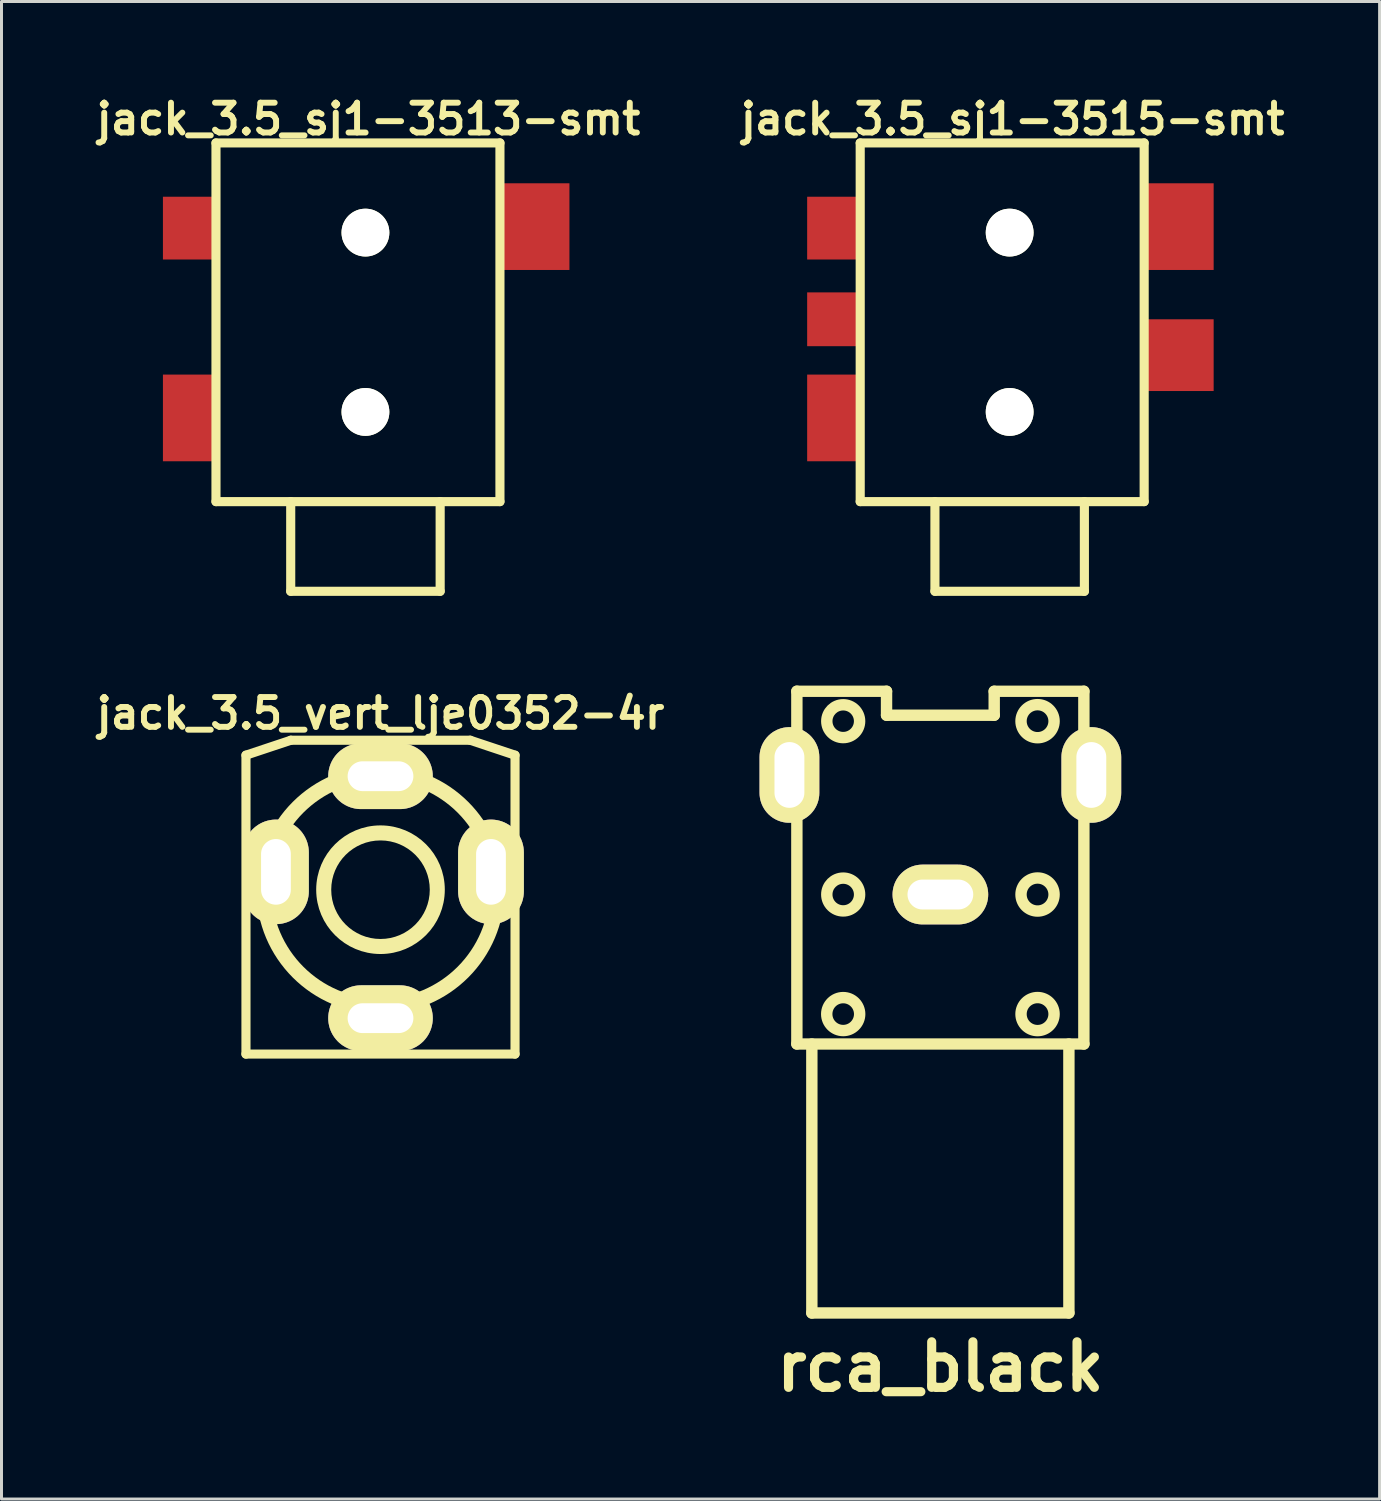
<source format=kicad_pcb>
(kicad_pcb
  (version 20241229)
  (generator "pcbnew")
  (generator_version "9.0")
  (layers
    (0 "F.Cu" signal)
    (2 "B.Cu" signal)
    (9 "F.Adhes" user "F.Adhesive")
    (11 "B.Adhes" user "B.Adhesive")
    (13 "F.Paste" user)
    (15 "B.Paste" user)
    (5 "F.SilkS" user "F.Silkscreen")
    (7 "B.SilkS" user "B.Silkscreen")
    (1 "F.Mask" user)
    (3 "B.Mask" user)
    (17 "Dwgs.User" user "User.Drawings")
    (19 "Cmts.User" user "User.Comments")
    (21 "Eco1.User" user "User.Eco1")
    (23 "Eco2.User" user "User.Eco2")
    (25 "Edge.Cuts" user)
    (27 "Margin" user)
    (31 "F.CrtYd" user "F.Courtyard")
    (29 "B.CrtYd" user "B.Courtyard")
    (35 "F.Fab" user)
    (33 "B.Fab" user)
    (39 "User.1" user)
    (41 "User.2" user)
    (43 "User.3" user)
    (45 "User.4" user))
  (footprint "jack_3.5_sj1-3515-smt"
    (layer "F.Cu")
    (at 30.729 7.632)
    (property "Reference" "jack_3.5_sj1-3515-smt" (at 0.1 -6.7 0) (layer "F.SilkS") (effects (font (size 0.998 0.998) (thickness 0.198))))
    (attr through_hole)
    (fp_line (start -5 -5.9) (end 4.5 -5.9) (stroke (width 0.305) (type solid)) (layer "F.SilkS"))
    (fp_line (start -5 6.1) (end -5 -5.9) (stroke (width 0.305) (type solid)) (layer "F.SilkS"))
    (fp_line (start -2.5 6.1) (end -2.5 9.1) (stroke (width 0.305) (type solid)) (layer "F.SilkS"))
    (fp_line (start -2.5 9.1) (end 2.5 9.1) (stroke (width 0.305) (type solid)) (layer "F.SilkS"))
    (fp_line (start 2.5 9.1) (end 2.5 6.1) (stroke (width 0.305) (type solid)) (layer "F.SilkS"))
    (fp_line (start 4.5 -5.9) (end 4.5 6.1) (stroke (width 0.305) (type solid)) (layer "F.SilkS"))
    (fp_line (start 4.5 6.1) (end -5 6.1) (stroke (width 0.305) (type solid)) (layer "F.SilkS"))
    (pad "" np_thru_hole circle (at 0 -2.9) (size 1.6 1.6) (drill 1.6) (layers "*.Cu" "*.Mask" "F.SilkS"))
    (pad "" np_thru_hole circle (at 0 3.1) (size 1.6 1.6) (drill 1.6) (layers "*.Cu" "*.Mask" "F.SilkS"))
    (pad "1" smd rect (at -5.9 3.3) (size 1.75 2.9) (layers "F.Cu" "F.Mask" "F.Paste"))
    (pad "2" smd rect (at 5.7 -3.1) (size 2.25 2.9) (layers "F.Cu" "F.Mask" "F.Paste"))
    (pad "3" smd rect (at -5.9 -3.05) (size 1.75 2.1) (layers "F.Cu" "F.Mask" "F.Paste"))
    (pad "4" smd rect (at 5.7 1.2) (size 2.25 2.4) (layers "F.Cu" "F.Mask" "F.Paste"))
    (pad "5" smd rect (at -5.9 0) (size 1.75 1.8) (layers "F.Cu" "F.Mask" "F.Paste")))
  (footprint "jack_3.5_sj1-3513-smt"
    (layer "F.Cu")
    (at 9.176 7.632)
    (property "Reference" "jack_3.5_sj1-3513-smt" (at 0.1 -6.7 0) (layer "F.SilkS") (effects (font (size 0.998 0.998) (thickness 0.198))))
    (attr through_hole)
    (fp_line (start -5 -5.9) (end 4.5 -5.9) (stroke (width 0.305) (type solid)) (layer "F.SilkS"))
    (fp_line (start -5 6.1) (end -5 -5.9) (stroke (width 0.305) (type solid)) (layer "F.SilkS"))
    (fp_line (start -2.5 6.1) (end -2.5 9.1) (stroke (width 0.305) (type solid)) (layer "F.SilkS"))
    (fp_line (start -2.5 9.1) (end 2.5 9.1) (stroke (width 0.305) (type solid)) (layer "F.SilkS"))
    (fp_line (start 2.5 9.1) (end 2.5 6.1) (stroke (width 0.305) (type solid)) (layer "F.SilkS"))
    (fp_line (start 4.5 -5.9) (end 4.5 6.1) (stroke (width 0.305) (type solid)) (layer "F.SilkS"))
    (fp_line (start 4.5 6.1) (end -5 6.1) (stroke (width 0.305) (type solid)) (layer "F.SilkS"))
    (pad "" np_thru_hole circle (at 0 -2.9) (size 1.6 1.6) (drill 1.6) (layers "*.Cu" "*.Mask" "F.SilkS"))
    (pad "" np_thru_hole circle (at 0 3.1) (size 1.6 1.6) (drill 1.6) (layers "*.Cu" "*.Mask" "F.SilkS"))
    (pad "1" smd rect (at -5.9 3.3) (size 1.75 2.9) (layers "F.Cu" "F.Mask" "F.Paste"))
    (pad "2" smd rect (at 5.7 -3.1) (size 2.25 2.9) (layers "F.Cu" "F.Mask" "F.Paste"))
    (pad "3" smd rect (at -5.9 -3.05) (size 1.75 2.1) (layers "F.Cu" "F.Mask" "F.Paste")))
  (footprint "jack_3.5_vert_lje0352-4r"
    (layer "F.Cu")
    (at 9.68 26.716)
    (property "Reference" "jack_3.5_vert_lje0352-4r" (at 0 -5.9 0) (layer "F.SilkS") (effects (font (size 0.998 0.998) (thickness 0.198))))
    (attr through_hole)
    (fp_line (start -4.501 -4.501) (end -4.501 5.499) (stroke (width 0.305) (type solid)) (layer "F.SilkS"))
    (fp_line (start -4.501 5.499) (end 4.501 5.499) (stroke (width 0.305) (type solid)) (layer "F.SilkS"))
    (fp_line (start -3 -5.001) (end -4.501 -4.501) (stroke (width 0.305) (type solid)) (layer "F.SilkS"))
    (fp_line (start 3 -5.001) (end -3 -5.001) (stroke (width 0.305) (type solid)) (layer "F.SilkS"))
    (fp_line (start 4.501 -4.501) (end 3 -5.001) (stroke (width 0.305) (type solid)) (layer "F.SilkS"))
    (fp_line (start 4.501 5.499) (end 4.501 -4.501) (stroke (width 0.305) (type solid)) (layer "F.SilkS"))
    (fp_circle (center 0 0) (end 1.801 0) (stroke (width 0.305) (type solid)) (fill no) (layer "F.SilkS"))
    (fp_circle (center 0 0) (end 1.999 0) (stroke (width 0.305) (type solid)) (fill no) (layer "F.SilkS"))
    (fp_circle (center 0 0) (end 3.8 0) (stroke (width 0.305) (type solid)) (fill no) (layer "F.SilkS"))
    (fp_circle (center 0 0) (end 4 0) (stroke (width 0.305) (type solid)) (fill no) (layer "F.SilkS"))
    (pad "1" thru_hole oval (at 3.696 -0.597) (size 2.2 3.498) (drill oval 0.996 2.197) (layers "*.Cu" "*.Mask" "F.SilkS"))
    (pad "2" thru_hole oval (at -3.498 -0.597) (size 2.2 3.498) (drill oval 0.996 2.197) (layers "*.Cu" "*.Mask" "F.SilkS"))
    (pad "3" thru_hole oval (at 0 4.298) (size 3.498 2.2) (drill oval 2.2 0.998) (layers "*.Cu" "*.Mask" "F.SilkS"))
    (pad "4" thru_hole oval (at 0 -3.797) (size 3.498 2.2) (drill oval 2.2 0.998) (layers "*.Cu" "*.Mask" "F.SilkS")))
  (footprint "rca_black"
    (layer "F.Cu")
    (at 28.411 26.877)
    (property "Reference" "rca_black" (at 0 15.799 0) (layer "F.SilkS") (effects (font (size 1.524 1.524) (thickness 0.305))))
    (attr through_hole)
    (fp_line (start -5.4 -4.9) (end -4.801 -4.9) (stroke (width 0.381) (type solid)) (layer "F.SilkS"))
    (fp_line (start -5.4 -3.099) (end -5.4 -4.9) (stroke (width 0.381) (type solid)) (layer "F.SilkS"))
    (fp_line (start -4.801 -6.8) (end -1.801 -6.8) (stroke (width 0.381) (type solid)) (layer "F.SilkS"))
    (fp_line (start -4.801 -3.099) (end -5.4 -3.099) (stroke (width 0.381) (type solid)) (layer "F.SilkS"))
    (fp_line (start -4.801 4.999) (end -4.801 -6.802) (stroke (width 0.381) (type solid)) (layer "F.SilkS"))
    (fp_line (start -4.3 5.001) (end -4.3 14) (stroke (width 0.381) (type solid)) (layer "F.SilkS"))
    (fp_line (start -4.3 14) (end 4.3 14) (stroke (width 0.381) (type solid)) (layer "F.SilkS"))
    (fp_line (start -1.801 -6.8) (end -1.801 -5.999) (stroke (width 0.381) (type solid)) (layer "F.SilkS"))
    (fp_line (start -1.801 -5.999) (end 1.801 -5.999) (stroke (width 0.381) (type solid)) (layer "F.SilkS"))
    (fp_line (start 1.801 -6.8) (end 4.801 -6.8) (stroke (width 0.381) (type solid)) (layer "F.SilkS"))
    (fp_line (start 1.801 -5.999) (end 1.801 -6.8) (stroke (width 0.381) (type solid)) (layer "F.SilkS"))
    (fp_line (start 4.3 14) (end 4.3 5.001) (stroke (width 0.381) (type solid)) (layer "F.SilkS"))
    (fp_line (start 4.801 -6.8) (end 4.801 5.001) (stroke (width 0.381) (type solid)) (layer "F.SilkS"))
    (fp_line (start 4.801 -4.9) (end 5.4 -4.9) (stroke (width 0.381) (type solid)) (layer "F.SilkS"))
    (fp_line (start 4.801 5.001) (end -4.801 5.001) (stroke (width 0.381) (type solid)) (layer "F.SilkS"))
    (fp_line (start 5.4 -4.9) (end 5.4 -3.099) (stroke (width 0.381) (type solid)) (layer "F.SilkS"))
    (fp_line (start 5.4 -3.099) (end 4.801 -3.099) (stroke (width 0.381) (type solid)) (layer "F.SilkS"))
    (fp_circle (center -3.251 -5.799) (end -3.8 -5.799) (stroke (width 0.381) (type solid)) (fill no) (layer "F.SilkS"))
    (fp_circle (center -3.251 0) (end -3.8 0) (stroke (width 0.381) (type solid)) (fill no) (layer "F.SilkS"))
    (fp_circle (center -3.251 4) (end -3.8 3.95) (stroke (width 0.381) (type solid)) (fill no) (layer "F.SilkS"))
    (fp_circle (center 3.251 -5.799) (end 2.7 -5.85) (stroke (width 0.381) (type solid)) (fill no) (layer "F.SilkS"))
    (fp_circle (center 3.251 0) (end 2.7 -0.051) (stroke (width 0.381) (type solid)) (fill no) (layer "F.SilkS"))
    (fp_circle (center 3.251 4) (end 2.7 4.049) (stroke (width 0.381) (type solid)) (fill no) (layer "F.SilkS"))
    (pad "1" thru_hole oval (at 0 0) (size 3.2 2) (drill oval 2.2 1) (layers "*.Cu" "*.Mask" "F.SilkS"))
    (pad "2" thru_hole oval (at -5.05 -4) (size 2 3.2) (drill oval 1 2.2) (layers "*.Cu" "*.Mask" "F.SilkS"))
    (pad "2" thru_hole oval (at 5.05 -4) (size 2 3.2) (drill oval 1 2.2) (layers "*.Cu" "*.Mask" "F.SilkS")))
  (gr_rect
    (start -3 -3)
    (end 43.106 47.102)
    (stroke (width 0.1) (type default))
    (fill no)
    (layer "Edge.Cuts")))
</source>
